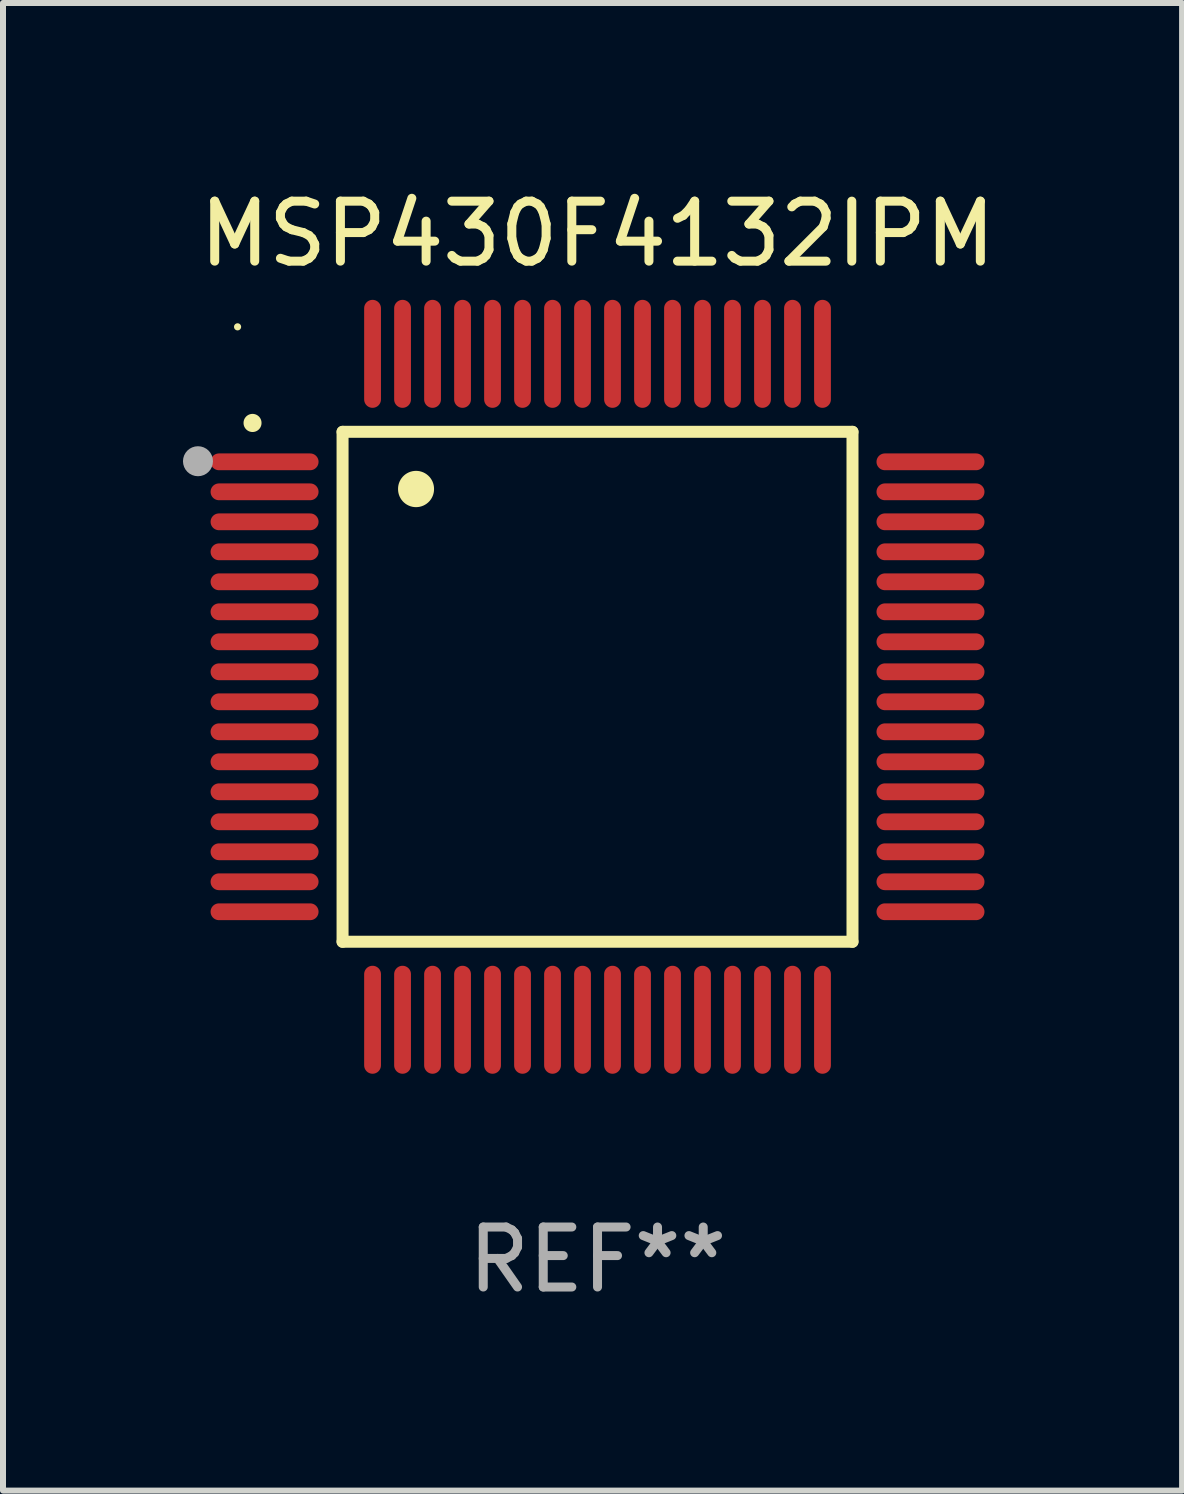
<source format=kicad_pcb>
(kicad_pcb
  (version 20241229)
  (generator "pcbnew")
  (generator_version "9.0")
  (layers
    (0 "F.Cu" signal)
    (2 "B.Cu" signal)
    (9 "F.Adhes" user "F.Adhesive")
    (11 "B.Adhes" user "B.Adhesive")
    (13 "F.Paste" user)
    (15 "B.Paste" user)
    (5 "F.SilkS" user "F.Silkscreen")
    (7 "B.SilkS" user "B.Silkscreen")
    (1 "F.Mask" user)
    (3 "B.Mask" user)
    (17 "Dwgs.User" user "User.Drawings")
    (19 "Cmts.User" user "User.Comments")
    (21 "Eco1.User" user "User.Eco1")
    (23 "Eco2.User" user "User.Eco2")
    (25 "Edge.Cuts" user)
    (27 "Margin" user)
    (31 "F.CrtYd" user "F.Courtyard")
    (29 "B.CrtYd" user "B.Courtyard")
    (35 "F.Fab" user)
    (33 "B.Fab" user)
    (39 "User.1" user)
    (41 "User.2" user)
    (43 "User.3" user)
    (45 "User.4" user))
  (footprint "MSP430F4132IPM"
    (layer "F.Cu")
    (at 6.91 8.398)
    (property "Reference" "MSP430F4132IPM" (at 0 -7.55 0) (layer "F.SilkS") (effects (font (size 1 1) (thickness 0.15))))
    (attr through_hole)
    (fp_line (start -4.25 -4.25) (end -4.25 4.25) (stroke (width 0.2) (type solid)) (layer "F.SilkS"))
    (fp_line (start -4.25 4.25) (end 4.25 4.25) (stroke (width 0.2) (type solid)) (layer "F.SilkS"))
    (fp_line (start 4.25 -4.25) (end -4.25 -4.25) (stroke (width 0.2) (type solid)) (layer "F.SilkS"))
    (fp_line (start 4.25 4.25) (end 4.25 -4.25) (stroke (width 0.2) (type solid)) (layer "F.SilkS"))
    (fp_arc (start -5.750572 -4.396749) (mid -5.750577 -4.398019) (end -5.750572 -4.399289) (stroke (width 0.3) (type solid)) (layer "F.SilkS"))
    (fp_arc (start -3.025146 -3.294387) (mid -3.025157 -3.296927) (end -3.025146 -3.299467) (stroke (width 0.6) (type solid)) (layer "F.SilkS"))
    (fp_circle (center -6 -6) (end -5.97 -6) (stroke (width 0.06) (type solid)) (fill no) (layer "F.SilkS"))
    (fp_circle (center -6.66 -3.76) (end -6.535 -3.76) (stroke (width 0.25) (type solid)) (fill no) (layer "F.Fab"))
    (fp_text user "REF**" (at 0 9.55 0) (layer "F.Fab") (effects (font (size 1 1) (thickness 0.15))))
    (pad "1" smd oval (at -5.55 -3.75) (size 1.8 0.28) (layers "F.Cu" "F.Mask" "F.Paste"))
    (pad "2" smd oval (at -5.55 -3.25) (size 1.8 0.28) (layers "F.Cu" "F.Mask" "F.Paste"))
    (pad "3" smd oval (at -5.55 -2.75) (size 1.8 0.28) (layers "F.Cu" "F.Mask" "F.Paste"))
    (pad "4" smd oval (at -5.55 -2.25) (size 1.8 0.28) (layers "F.Cu" "F.Mask" "F.Paste"))
    (pad "5" smd oval (at -5.55 -1.75) (size 1.8 0.28) (layers "F.Cu" "F.Mask" "F.Paste"))
    (pad "6" smd oval (at -5.55 -1.25) (size 1.8 0.28) (layers "F.Cu" "F.Mask" "F.Paste"))
    (pad "7" smd oval (at -5.55 -0.75) (size 1.8 0.28) (layers "F.Cu" "F.Mask" "F.Paste"))
    (pad "8" smd oval (at -5.55 -0.25) (size 1.8 0.28) (layers "F.Cu" "F.Mask" "F.Paste"))
    (pad "9" smd oval (at -5.55 0.25) (size 1.8 0.28) (layers "F.Cu" "F.Mask" "F.Paste"))
    (pad "10" smd oval (at -5.55 0.75) (size 1.8 0.28) (layers "F.Cu" "F.Mask" "F.Paste"))
    (pad "11" smd oval (at -5.55 1.25) (size 1.8 0.28) (layers "F.Cu" "F.Mask" "F.Paste"))
    (pad "12" smd oval (at -5.55 1.75) (size 1.8 0.28) (layers "F.Cu" "F.Mask" "F.Paste"))
    (pad "13" smd oval (at -5.55 2.25) (size 1.8 0.28) (layers "F.Cu" "F.Mask" "F.Paste"))
    (pad "14" smd oval (at -5.55 2.75) (size 1.8 0.28) (layers "F.Cu" "F.Mask" "F.Paste"))
    (pad "15" smd oval (at -5.55 3.25) (size 1.8 0.28) (layers "F.Cu" "F.Mask" "F.Paste"))
    (pad "16" smd oval (at -5.55 3.75) (size 1.8 0.28) (layers "F.Cu" "F.Mask" "F.Paste"))
    (pad "17" smd oval (at -3.75 5.55) (size 0.28 1.8) (layers "F.Cu" "F.Mask" "F.Paste"))
    (pad "18" smd oval (at -3.25 5.55) (size 0.28 1.8) (layers "F.Cu" "F.Mask" "F.Paste"))
    (pad "19" smd oval (at -2.75 5.55) (size 0.28 1.8) (layers "F.Cu" "F.Mask" "F.Paste"))
    (pad "20" smd oval (at -2.25 5.55) (size 0.28 1.8) (layers "F.Cu" "F.Mask" "F.Paste"))
    (pad "21" smd oval (at -1.75 5.55) (size 0.28 1.8) (layers "F.Cu" "F.Mask" "F.Paste"))
    (pad "22" smd oval (at -1.25 5.55) (size 0.28 1.8) (layers "F.Cu" "F.Mask" "F.Paste"))
    (pad "23" smd oval (at -0.75 5.55) (size 0.28 1.8) (layers "F.Cu" "F.Mask" "F.Paste"))
    (pad "24" smd oval (at -0.25 5.55) (size 0.28 1.8) (layers "F.Cu" "F.Mask" "F.Paste"))
    (pad "25" smd oval (at 0.25 5.55) (size 0.28 1.8) (layers "F.Cu" "F.Mask" "F.Paste"))
    (pad "26" smd oval (at 0.75 5.55) (size 0.28 1.8) (layers "F.Cu" "F.Mask" "F.Paste"))
    (pad "27" smd oval (at 1.25 5.55) (size 0.28 1.8) (layers "F.Cu" "F.Mask" "F.Paste"))
    (pad "28" smd oval (at 1.75 5.55) (size 0.28 1.8) (layers "F.Cu" "F.Mask" "F.Paste"))
    (pad "29" smd oval (at 2.25 5.55) (size 0.28 1.8) (layers "F.Cu" "F.Mask" "F.Paste"))
    (pad "30" smd oval (at 2.75 5.55) (size 0.28 1.8) (layers "F.Cu" "F.Mask" "F.Paste"))
    (pad "31" smd oval (at 3.25 5.55) (size 0.28 1.8) (layers "F.Cu" "F.Mask" "F.Paste"))
    (pad "32" smd oval (at 3.75 5.55) (size 0.28 1.8) (layers "F.Cu" "F.Mask" "F.Paste"))
    (pad "33" smd oval (at 5.55 3.75) (size 1.8 0.28) (layers "F.Cu" "F.Mask" "F.Paste"))
    (pad "34" smd oval (at 5.55 3.25) (size 1.8 0.28) (layers "F.Cu" "F.Mask" "F.Paste"))
    (pad "35" smd oval (at 5.55 2.75) (size 1.8 0.28) (layers "F.Cu" "F.Mask" "F.Paste"))
    (pad "36" smd oval (at 5.55 2.25) (size 1.8 0.28) (layers "F.Cu" "F.Mask" "F.Paste"))
    (pad "37" smd oval (at 5.55 1.75) (size 1.8 0.28) (layers "F.Cu" "F.Mask" "F.Paste"))
    (pad "38" smd oval (at 5.55 1.25) (size 1.8 0.28) (layers "F.Cu" "F.Mask" "F.Paste"))
    (pad "39" smd oval (at 5.55 0.75) (size 1.8 0.28) (layers "F.Cu" "F.Mask" "F.Paste"))
    (pad "40" smd oval (at 5.55 0.25) (size 1.8 0.28) (layers "F.Cu" "F.Mask" "F.Paste"))
    (pad "41" smd oval (at 5.55 -0.25) (size 1.8 0.28) (layers "F.Cu" "F.Mask" "F.Paste"))
    (pad "42" smd oval (at 5.55 -0.75) (size 1.8 0.28) (layers "F.Cu" "F.Mask" "F.Paste"))
    (pad "43" smd oval (at 5.55 -1.25) (size 1.8 0.28) (layers "F.Cu" "F.Mask" "F.Paste"))
    (pad "44" smd oval (at 5.55 -1.75) (size 1.8 0.28) (layers "F.Cu" "F.Mask" "F.Paste"))
    (pad "45" smd oval (at 5.55 -2.25) (size 1.8 0.28) (layers "F.Cu" "F.Mask" "F.Paste"))
    (pad "46" smd oval (at 5.55 -2.75) (size 1.8 0.28) (layers "F.Cu" "F.Mask" "F.Paste"))
    (pad "47" smd oval (at 5.55 -3.25) (size 1.8 0.28) (layers "F.Cu" "F.Mask" "F.Paste"))
    (pad "48" smd oval (at 5.55 -3.75) (size 1.8 0.28) (layers "F.Cu" "F.Mask" "F.Paste"))
    (pad "49" smd oval (at 3.75 -5.55) (size 0.28 1.8) (layers "F.Cu" "F.Mask" "F.Paste"))
    (pad "50" smd oval (at 3.25 -5.55) (size 0.28 1.8) (layers "F.Cu" "F.Mask" "F.Paste"))
    (pad "51" smd oval (at 2.75 -5.55) (size 0.28 1.8) (layers "F.Cu" "F.Mask" "F.Paste"))
    (pad "52" smd oval (at 2.25 -5.55) (size 0.28 1.8) (layers "F.Cu" "F.Mask" "F.Paste"))
    (pad "53" smd oval (at 1.75 -5.55) (size 0.28 1.8) (layers "F.Cu" "F.Mask" "F.Paste"))
    (pad "54" smd oval (at 1.25 -5.55) (size 0.28 1.8) (layers "F.Cu" "F.Mask" "F.Paste"))
    (pad "55" smd oval (at 0.75 -5.55) (size 0.28 1.8) (layers "F.Cu" "F.Mask" "F.Paste"))
    (pad "56" smd oval (at 0.25 -5.55) (size 0.28 1.8) (layers "F.Cu" "F.Mask" "F.Paste"))
    (pad "57" smd oval (at -0.25 -5.55) (size 0.28 1.8) (layers "F.Cu" "F.Mask" "F.Paste"))
    (pad "58" smd oval (at -0.75 -5.55) (size 0.28 1.8) (layers "F.Cu" "F.Mask" "F.Paste"))
    (pad "59" smd oval (at -1.25 -5.55) (size 0.28 1.8) (layers "F.Cu" "F.Mask" "F.Paste"))
    (pad "60" smd oval (at -1.75 -5.55) (size 0.28 1.8) (layers "F.Cu" "F.Mask" "F.Paste"))
    (pad "61" smd oval (at -2.25 -5.55) (size 0.28 1.8) (layers "F.Cu" "F.Mask" "F.Paste"))
    (pad "62" smd oval (at -2.75 -5.55) (size 0.28 1.8) (layers "F.Cu" "F.Mask" "F.Paste"))
    (pad "63" smd oval (at -3.25 -5.55) (size 0.28 1.8) (layers "F.Cu" "F.Mask" "F.Paste"))
    (pad "64" smd oval (at -3.75 -5.55) (size 0.28 1.8) (layers "F.Cu" "F.Mask" "F.Paste")))
  (gr_rect
    (start -3 -3)
    (end 16.654 21.796)
    (stroke (width 0.1) (type default))
    (fill no)
    (layer "Edge.Cuts")))
</source>
